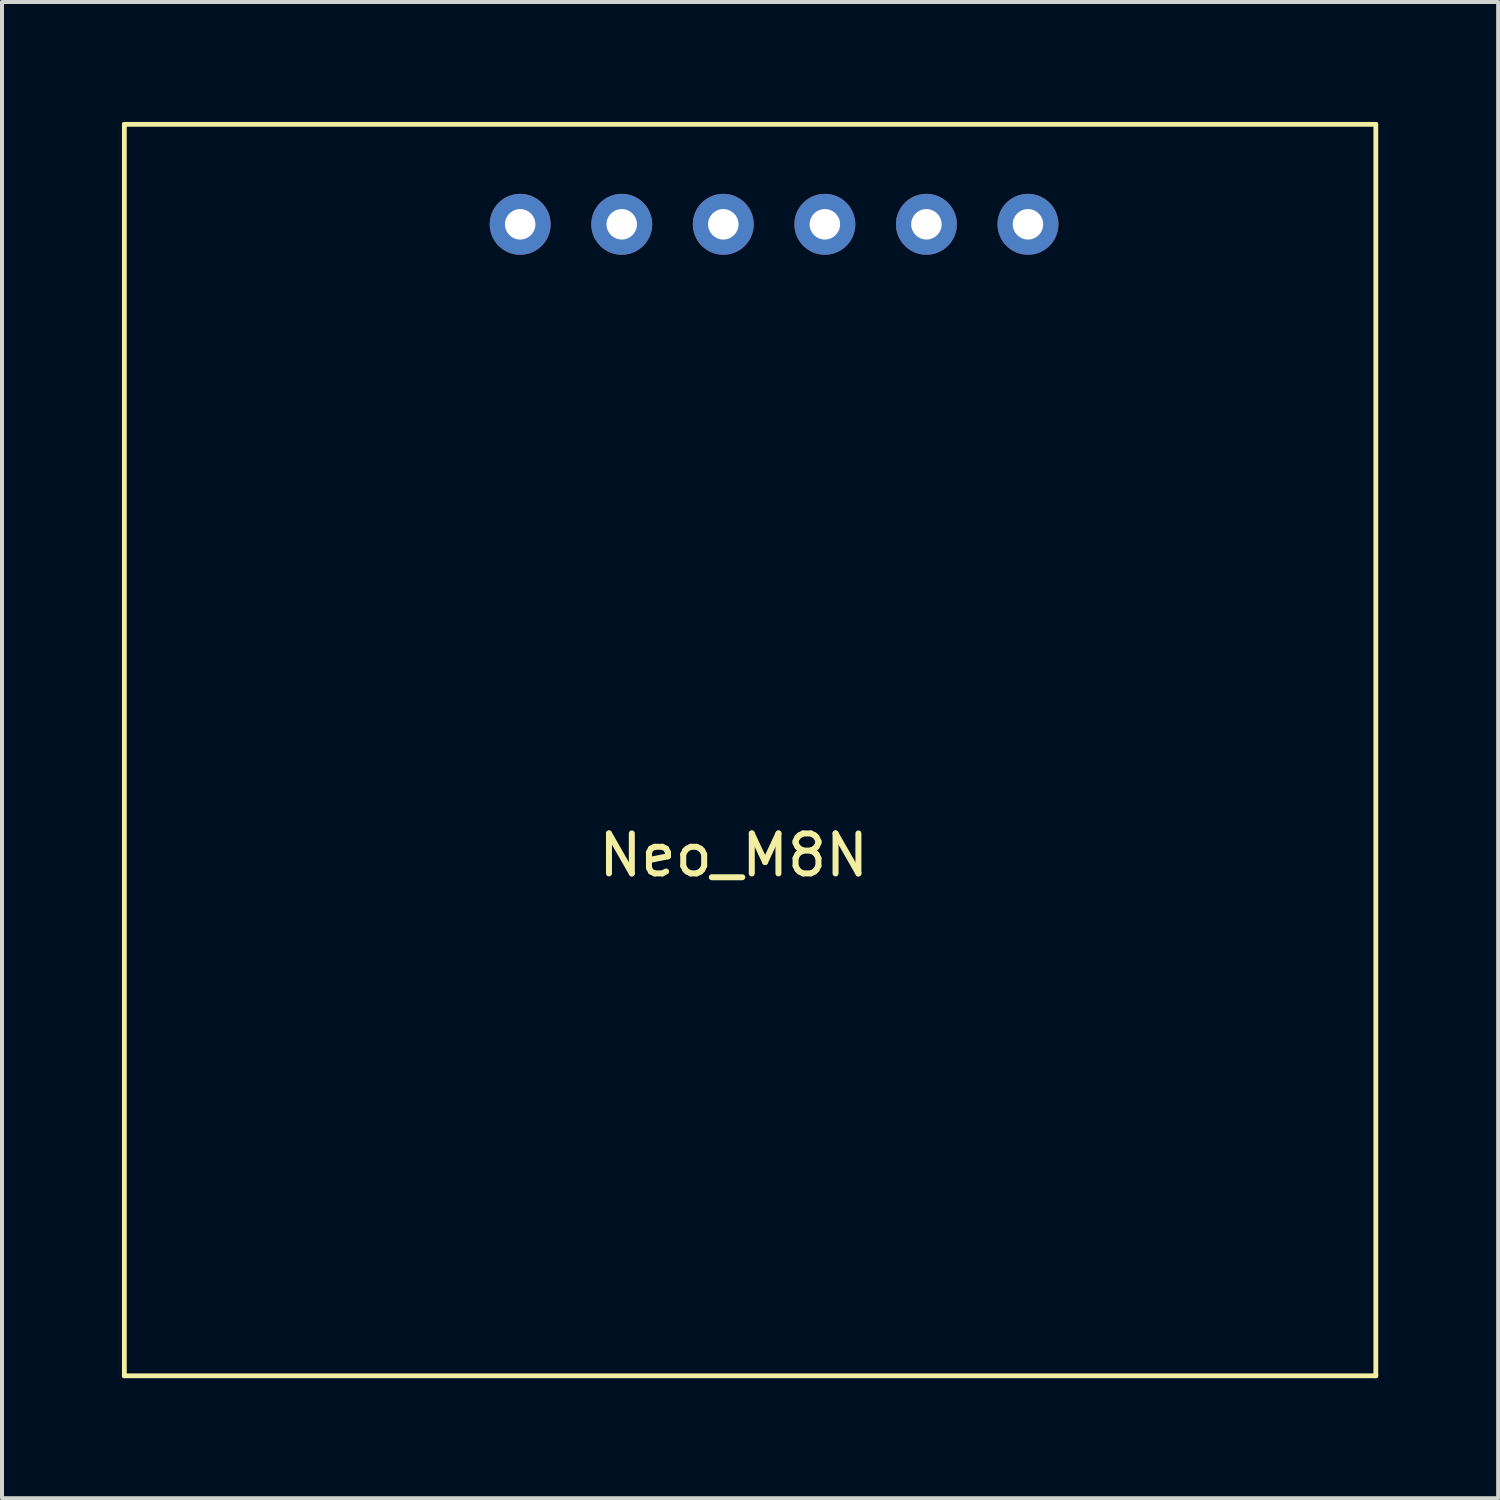
<source format=kicad_pcb>
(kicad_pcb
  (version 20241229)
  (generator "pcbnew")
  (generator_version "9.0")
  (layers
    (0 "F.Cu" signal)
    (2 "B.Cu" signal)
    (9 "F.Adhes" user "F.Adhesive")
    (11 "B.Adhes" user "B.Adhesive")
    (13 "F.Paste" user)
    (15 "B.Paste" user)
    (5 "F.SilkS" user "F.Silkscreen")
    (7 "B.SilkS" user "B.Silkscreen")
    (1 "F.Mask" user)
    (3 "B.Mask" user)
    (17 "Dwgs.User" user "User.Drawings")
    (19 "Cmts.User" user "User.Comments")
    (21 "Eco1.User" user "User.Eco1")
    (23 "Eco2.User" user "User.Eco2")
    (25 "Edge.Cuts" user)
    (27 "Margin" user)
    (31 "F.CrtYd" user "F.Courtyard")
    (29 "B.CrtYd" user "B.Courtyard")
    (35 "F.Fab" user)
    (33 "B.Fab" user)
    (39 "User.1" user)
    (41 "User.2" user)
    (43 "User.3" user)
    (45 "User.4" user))
  (footprint "Neo_M8N"
    (layer "F.Cu")
    (at 15.3 17.84)
    (property "Reference" "Neo_M8N" (at 0 0.5 0) (layer "F.SilkS") (effects (font (size 1 1) (thickness 0.15))))
    (attr through_hole)
    (fp_line (start -15.24 -17.78) (end -15.24 13.52) (stroke (width 0.12) (type solid)) (layer "F.SilkS"))
    (fp_line (start -15.24 -17.78) (end 16.06 -17.78) (stroke (width 0.12) (type solid)) (layer "F.SilkS"))
    (fp_line (start -15.24 13.52) (end 16.06 13.52) (stroke (width 0.12) (type solid)) (layer "F.SilkS"))
    (fp_line (start 16.06 -17.78) (end 16.06 13.52) (stroke (width 0.12) (type solid)) (layer "F.SilkS"))
    (pad "1" thru_hole circle (at -5.34 -15.28) (size 1.524 1.524) (drill 0.762) (layers "*.Cu" "*.Mask"))
    (pad "2" thru_hole circle (at -2.8 -15.28) (size 1.524 1.524) (drill 0.762) (layers "*.Cu" "*.Mask"))
    (pad "3" thru_hole circle (at -0.26 -15.28) (size 1.524 1.524) (drill 0.762) (layers "*.Cu" "*.Mask"))
    (pad "4" thru_hole circle (at 2.28 -15.28) (size 1.524 1.524) (drill 0.762) (layers "*.Cu" "*.Mask"))
    (pad "5" thru_hole circle (at 4.82 -15.28) (size 1.524 1.524) (drill 0.762) (layers "*.Cu" "*.Mask"))
    (pad "6" thru_hole circle (at 7.36 -15.28) (size 1.524 1.524) (drill 0.762) (layers "*.Cu" "*.Mask")))
  (gr_rect
    (start -3 -3)
    (end 34.42 34.42)
    (stroke (width 0.1) (type default))
    (fill no)
    (layer "Edge.Cuts")))
</source>
